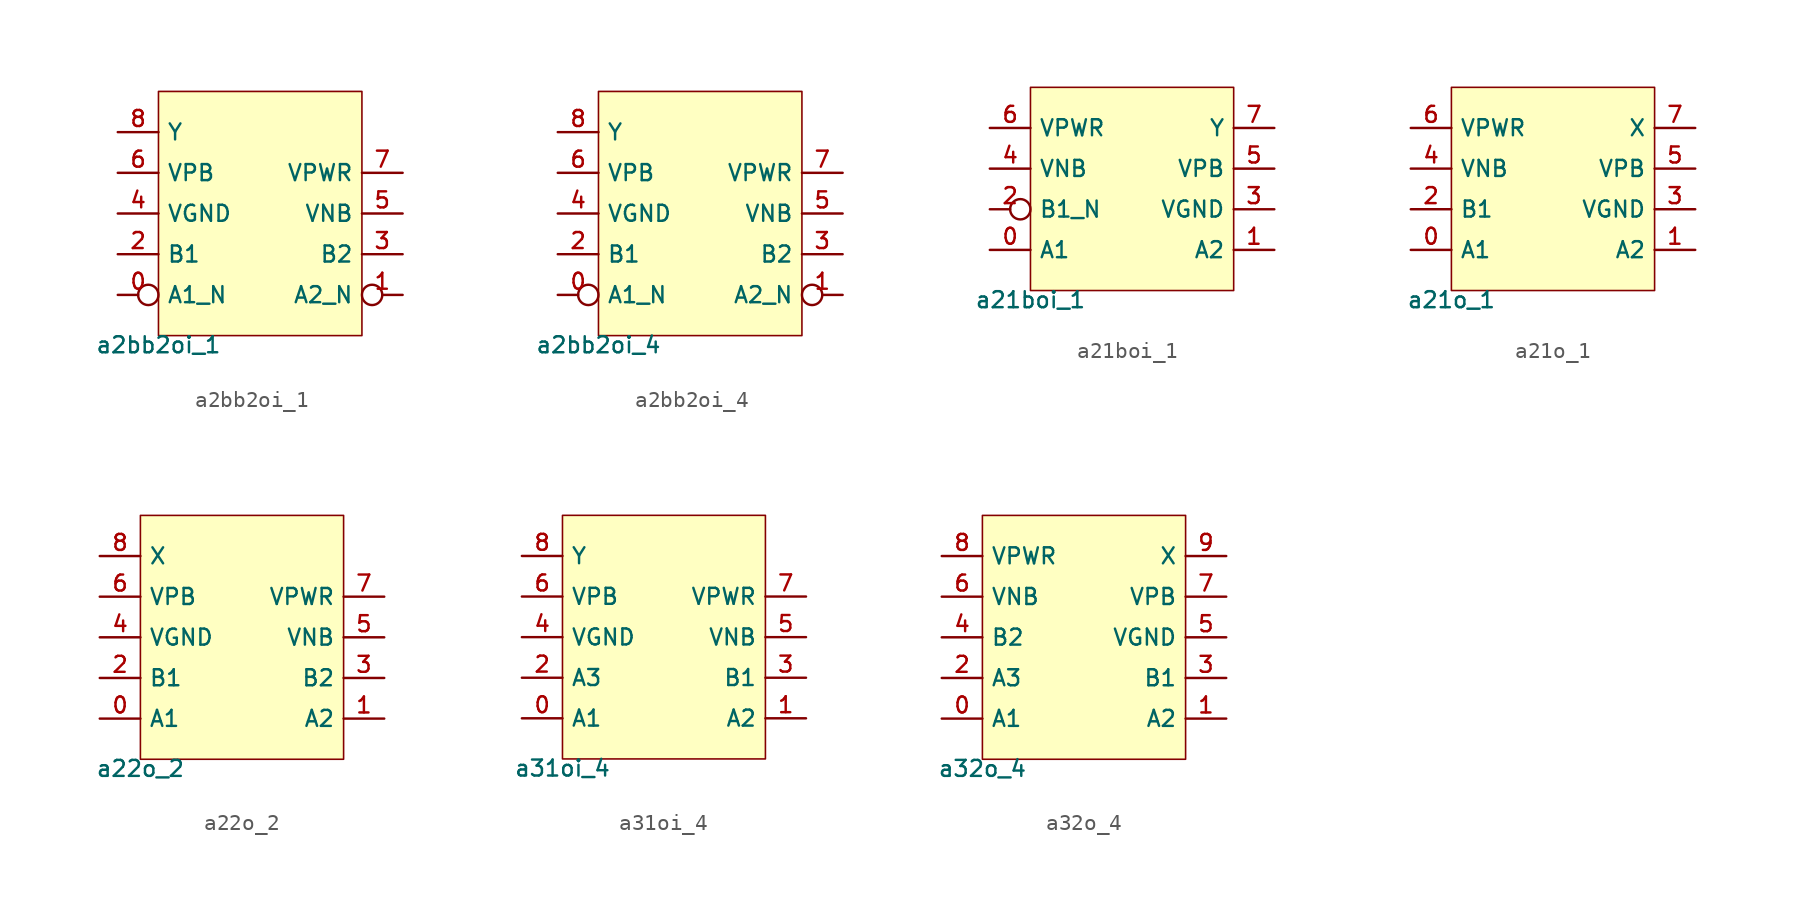
<source format=kicad_sym>
(kicad_symbol_lib
  (version 20211014)
  (generator pdk2kicad)
  (symbol "a2bb2oi_1"
    (property "Reference" "X"
      (at 0 0 0)
      (effects (font (size 1 1)) hide))
    (property "Value" "a2bb2oi_1"
      (at -6.35 -7.62 0)
      (effects (font (size 1 1)) (justify top)))
    (rectangle
      (start -6.35 -7.62)
      (end 6.35 7.62)
      (stroke (width 0.1) (type solid) (color 0 0 0 0))
      (fill (type background)))
    (pin bidirectional inverted
      (at -8.89 -5.08 0)
      (length 2.54)
      (name "A1_N" (effects (font (size 1 1)) hide))
      (number "0" (effects (font (size 1 1)) hide)))
    (pin bidirectional inverted
      (at 8.89 -5.08 180)
      (length 2.54)
      (name "A2_N" (effects (font (size 1 1)) hide))
      (number "1" (effects (font (size 1 1)) hide)))
    (pin bidirectional line
      (at -8.89 -2.54 0)
      (length 2.54)
      (name "B1" (effects (font (size 1 1)) hide))
      (number "2" (effects (font (size 1 1)) hide)))
    (pin bidirectional line
      (at 8.89 -2.54 180)
      (length 2.54)
      (name "B2" (effects (font (size 1 1)) hide))
      (number "3" (effects (font (size 1 1)) hide)))
    (pin bidirectional line
      (at -8.89 8.881784197001252e-16 0)
      (length 2.54)
      (name "VGND" (effects (font (size 1 1)) hide))
      (number "4" (effects (font (size 1 1)) hide)))
    (pin bidirectional line
      (at 8.89 8.881784197001252e-16 180)
      (length 2.54)
      (name "VNB" (effects (font (size 1 1)) hide))
      (number "5" (effects (font (size 1 1)) hide)))
    (pin bidirectional line
      (at -8.89 2.54 0)
      (length 2.54)
      (name "VPB" (effects (font (size 1 1)) hide))
      (number "6" (effects (font (size 1 1)) hide)))
    (pin bidirectional line
      (at 8.89 2.54 180)
      (length 2.54)
      (name "VPWR" (effects (font (size 1 1)) hide))
      (number "7" (effects (font (size 1 1)) hide)))
    (pin bidirectional line
      (at -8.89 5.08 0)
      (length 2.54)
      (name "Y" (effects (font (size 1 1)) hide))
      (number "8" (effects (font (size 1 1)) hide))))
  (symbol "a2bb2oi_4"
    (property "Reference" "X"
      (at 0 0 0)
      (effects (font (size 1 1)) hide))
    (property "Value" "a2bb2oi_4"
      (at -6.35 -7.62 0)
      (effects (font (size 1 1)) (justify top)))
    (rectangle
      (start -6.35 -7.62)
      (end 6.35 7.62)
      (stroke (width 0.1) (type solid) (color 0 0 0 0))
      (fill (type background)))
    (pin bidirectional inverted
      (at -8.89 -5.08 0)
      (length 2.54)
      (name "A1_N" (effects (font (size 1 1)) hide))
      (number "0" (effects (font (size 1 1)) hide)))
    (pin bidirectional inverted
      (at 8.89 -5.08 180)
      (length 2.54)
      (name "A2_N" (effects (font (size 1 1)) hide))
      (number "1" (effects (font (size 1 1)) hide)))
    (pin bidirectional line
      (at -8.89 -2.54 0)
      (length 2.54)
      (name "B1" (effects (font (size 1 1)) hide))
      (number "2" (effects (font (size 1 1)) hide)))
    (pin bidirectional line
      (at 8.89 -2.54 180)
      (length 2.54)
      (name "B2" (effects (font (size 1 1)) hide))
      (number "3" (effects (font (size 1 1)) hide)))
    (pin bidirectional line
      (at -8.89 8.881784197001252e-16 0)
      (length 2.54)
      (name "VGND" (effects (font (size 1 1)) hide))
      (number "4" (effects (font (size 1 1)) hide)))
    (pin bidirectional line
      (at 8.89 8.881784197001252e-16 180)
      (length 2.54)
      (name "VNB" (effects (font (size 1 1)) hide))
      (number "5" (effects (font (size 1 1)) hide)))
    (pin bidirectional line
      (at -8.89 2.54 0)
      (length 2.54)
      (name "VPB" (effects (font (size 1 1)) hide))
      (number "6" (effects (font (size 1 1)) hide)))
    (pin bidirectional line
      (at 8.89 2.54 180)
      (length 2.54)
      (name "VPWR" (effects (font (size 1 1)) hide))
      (number "7" (effects (font (size 1 1)) hide)))
    (pin bidirectional line
      (at -8.89 5.08 0)
      (length 2.54)
      (name "Y" (effects (font (size 1 1)) hide))
      (number "8" (effects (font (size 1 1)) hide))))
  (symbol "a21boi_1"
    (property "Reference" "X"
      (at 0 0 0)
      (effects (font (size 1 1)) hide))
    (property "Value" "a21boi_1"
      (at -6.35 -6.35 0)
      (effects (font (size 1 1)) (justify top)))
    (rectangle
      (start -6.35 -6.35)
      (end 6.35 6.35)
      (stroke (width 0.1) (type solid) (color 0 0 0 0))
      (fill (type background)))
    (pin bidirectional line
      (at -8.89 -3.81 0)
      (length 2.54)
      (name "A1" (effects (font (size 1 1)) hide))
      (number "0" (effects (font (size 1 1)) hide)))
    (pin bidirectional line
      (at 8.89 -3.81 180)
      (length 2.54)
      (name "A2" (effects (font (size 1 1)) hide))
      (number "1" (effects (font (size 1 1)) hide)))
    (pin bidirectional inverted
      (at -8.89 -1.27 0)
      (length 2.54)
      (name "B1_N" (effects (font (size 1 1)) hide))
      (number "2" (effects (font (size 1 1)) hide)))
    (pin bidirectional line
      (at 8.89 -1.27 180)
      (length 2.54)
      (name "VGND" (effects (font (size 1 1)) hide))
      (number "3" (effects (font (size 1 1)) hide)))
    (pin bidirectional line
      (at -8.89 1.27 0)
      (length 2.54)
      (name "VNB" (effects (font (size 1 1)) hide))
      (number "4" (effects (font (size 1 1)) hide)))
    (pin bidirectional line
      (at 8.89 1.27 180)
      (length 2.54)
      (name "VPB" (effects (font (size 1 1)) hide))
      (number "5" (effects (font (size 1 1)) hide)))
    (pin bidirectional line
      (at -8.89 3.81 0)
      (length 2.54)
      (name "VPWR" (effects (font (size 1 1)) hide))
      (number "6" (effects (font (size 1 1)) hide)))
    (pin bidirectional line
      (at 8.89 3.81 180)
      (length 2.54)
      (name "Y" (effects (font (size 1 1)) hide))
      (number "7" (effects (font (size 1 1)) hide))))
  (symbol "a21o_1"
    (property "Reference" "X"
      (at 0 0 0)
      (effects (font (size 1 1)) hide))
    (property "Value" "a21o_1"
      (at -6.35 -6.35 0)
      (effects (font (size 1 1)) (justify top)))
    (rectangle
      (start -6.35 -6.35)
      (end 6.35 6.35)
      (stroke (width 0.1) (type solid) (color 0 0 0 0))
      (fill (type background)))
    (pin bidirectional line
      (at -8.89 -3.81 0)
      (length 2.54)
      (name "A1" (effects (font (size 1 1)) hide))
      (number "0" (effects (font (size 1 1)) hide)))
    (pin bidirectional line
      (at 8.89 -3.81 180)
      (length 2.54)
      (name "A2" (effects (font (size 1 1)) hide))
      (number "1" (effects (font (size 1 1)) hide)))
    (pin bidirectional line
      (at -8.89 -1.27 0)
      (length 2.54)
      (name "B1" (effects (font (size 1 1)) hide))
      (number "2" (effects (font (size 1 1)) hide)))
    (pin bidirectional line
      (at 8.89 -1.27 180)
      (length 2.54)
      (name "VGND" (effects (font (size 1 1)) hide))
      (number "3" (effects (font (size 1 1)) hide)))
    (pin bidirectional line
      (at -8.89 1.27 0)
      (length 2.54)
      (name "VNB" (effects (font (size 1 1)) hide))
      (number "4" (effects (font (size 1 1)) hide)))
    (pin bidirectional line
      (at 8.89 1.27 180)
      (length 2.54)
      (name "VPB" (effects (font (size 1 1)) hide))
      (number "5" (effects (font (size 1 1)) hide)))
    (pin bidirectional line
      (at -8.89 3.81 0)
      (length 2.54)
      (name "VPWR" (effects (font (size 1 1)) hide))
      (number "6" (effects (font (size 1 1)) hide)))
    (pin bidirectional line
      (at 8.89 3.81 180)
      (length 2.54)
      (name "X" (effects (font (size 1 1)) hide))
      (number "7" (effects (font (size 1 1)) hide))))
  (symbol "a22o_2"
    (property "Reference" "X"
      (at 0 0 0)
      (effects (font (size 1 1)) hide))
    (property "Value" "a22o_2"
      (at -6.35 -7.62 0)
      (effects (font (size 1 1)) (justify top)))
    (rectangle
      (start -6.35 -7.62)
      (end 6.35 7.62)
      (stroke (width 0.1) (type solid) (color 0 0 0 0))
      (fill (type background)))
    (pin bidirectional line
      (at -8.89 -5.08 0)
      (length 2.54)
      (name "A1" (effects (font (size 1 1)) hide))
      (number "0" (effects (font (size 1 1)) hide)))
    (pin bidirectional line
      (at 8.89 -5.08 180)
      (length 2.54)
      (name "A2" (effects (font (size 1 1)) hide))
      (number "1" (effects (font (size 1 1)) hide)))
    (pin bidirectional line
      (at -8.89 -2.54 0)
      (length 2.54)
      (name "B1" (effects (font (size 1 1)) hide))
      (number "2" (effects (font (size 1 1)) hide)))
    (pin bidirectional line
      (at 8.89 -2.54 180)
      (length 2.54)
      (name "B2" (effects (font (size 1 1)) hide))
      (number "3" (effects (font (size 1 1)) hide)))
    (pin bidirectional line
      (at -8.89 8.881784197001252e-16 0)
      (length 2.54)
      (name "VGND" (effects (font (size 1 1)) hide))
      (number "4" (effects (font (size 1 1)) hide)))
    (pin bidirectional line
      (at 8.89 8.881784197001252e-16 180)
      (length 2.54)
      (name "VNB" (effects (font (size 1 1)) hide))
      (number "5" (effects (font (size 1 1)) hide)))
    (pin bidirectional line
      (at -8.89 2.54 0)
      (length 2.54)
      (name "VPB" (effects (font (size 1 1)) hide))
      (number "6" (effects (font (size 1 1)) hide)))
    (pin bidirectional line
      (at 8.89 2.54 180)
      (length 2.54)
      (name "VPWR" (effects (font (size 1 1)) hide))
      (number "7" (effects (font (size 1 1)) hide)))
    (pin bidirectional line
      (at -8.89 5.08 0)
      (length 2.54)
      (name "X" (effects (font (size 1 1)) hide))
      (number "8" (effects (font (size 1 1)) hide))))
  (symbol "a31oi_4"
    (property "Reference" "X"
      (at 0 0 0)
      (effects (font (size 1 1)) hide))
    (property "Value" "a31oi_4"
      (at -6.35 -7.62 0)
      (effects (font (size 1 1)) (justify top)))
    (rectangle
      (start -6.35 -7.62)
      (end 6.35 7.62)
      (stroke (width 0.1) (type solid) (color 0 0 0 0))
      (fill (type background)))
    (pin bidirectional line
      (at -8.89 -5.08 0)
      (length 2.54)
      (name "A1" (effects (font (size 1 1)) hide))
      (number "0" (effects (font (size 1 1)) hide)))
    (pin bidirectional line
      (at 8.89 -5.08 180)
      (length 2.54)
      (name "A2" (effects (font (size 1 1)) hide))
      (number "1" (effects (font (size 1 1)) hide)))
    (pin bidirectional line
      (at -8.89 -2.54 0)
      (length 2.54)
      (name "A3" (effects (font (size 1 1)) hide))
      (number "2" (effects (font (size 1 1)) hide)))
    (pin bidirectional line
      (at 8.89 -2.54 180)
      (length 2.54)
      (name "B1" (effects (font (size 1 1)) hide))
      (number "3" (effects (font (size 1 1)) hide)))
    (pin bidirectional line
      (at -8.89 8.881784197001252e-16 0)
      (length 2.54)
      (name "VGND" (effects (font (size 1 1)) hide))
      (number "4" (effects (font (size 1 1)) hide)))
    (pin bidirectional line
      (at 8.89 8.881784197001252e-16 180)
      (length 2.54)
      (name "VNB" (effects (font (size 1 1)) hide))
      (number "5" (effects (font (size 1 1)) hide)))
    (pin bidirectional line
      (at -8.89 2.54 0)
      (length 2.54)
      (name "VPB" (effects (font (size 1 1)) hide))
      (number "6" (effects (font (size 1 1)) hide)))
    (pin bidirectional line
      (at 8.89 2.54 180)
      (length 2.54)
      (name "VPWR" (effects (font (size 1 1)) hide))
      (number "7" (effects (font (size 1 1)) hide)))
    (pin bidirectional line
      (at -8.89 5.08 0)
      (length 2.54)
      (name "Y" (effects (font (size 1 1)) hide))
      (number "8" (effects (font (size 1 1)) hide))))
  (symbol "a32o_4"
    (property "Reference" "X"
      (at 0 0 0)
      (effects (font (size 1 1)) hide))
    (property "Value" "a32o_4"
      (at -6.35 -7.62 0)
      (effects (font (size 1 1)) (justify top)))
    (rectangle
      (start -6.35 -7.62)
      (end 6.35 7.62)
      (stroke (width 0.1) (type solid) (color 0 0 0 0))
      (fill (type background)))
    (pin bidirectional line
      (at -8.89 -5.08 0)
      (length 2.54)
      (name "A1" (effects (font (size 1 1)) hide))
      (number "0" (effects (font (size 1 1)) hide)))
    (pin bidirectional line
      (at 8.89 -5.08 180)
      (length 2.54)
      (name "A2" (effects (font (size 1 1)) hide))
      (number "1" (effects (font (size 1 1)) hide)))
    (pin bidirectional line
      (at -8.89 -2.54 0)
      (length 2.54)
      (name "A3" (effects (font (size 1 1)) hide))
      (number "2" (effects (font (size 1 1)) hide)))
    (pin bidirectional line
      (at 8.89 -2.54 180)
      (length 2.54)
      (name "B1" (effects (font (size 1 1)) hide))
      (number "3" (effects (font (size 1 1)) hide)))
    (pin bidirectional line
      (at -8.89 8.881784197001252e-16 0)
      (length 2.54)
      (name "B2" (effects (font (size 1 1)) hide))
      (number "4" (effects (font (size 1 1)) hide)))
    (pin bidirectional line
      (at 8.89 8.881784197001252e-16 180)
      (length 2.54)
      (name "VGND" (effects (font (size 1 1)) hide))
      (number "5" (effects (font (size 1 1)) hide)))
    (pin bidirectional line
      (at -8.89 2.54 0)
      (length 2.54)
      (name "VNB" (effects (font (size 1 1)) hide))
      (number "6" (effects (font (size 1 1)) hide)))
    (pin bidirectional line
      (at 8.89 2.54 180)
      (length 2.54)
      (name "VPB" (effects (font (size 1 1)) hide))
      (number "7" (effects (font (size 1 1)) hide)))
    (pin bidirectional line
      (at -8.89 5.08 0)
      (length 2.54)
      (name "VPWR" (effects (font (size 1 1)) hide))
      (number "8" (effects (font (size 1 1)) hide)))
    (pin bidirectional line
      (at 8.89 5.08 180)
      (length 2.54)
      (name "X" (effects (font (size 1 1)) hide))
      (number "9" (effects (font (size 1 1)) hide)))))
</source>
